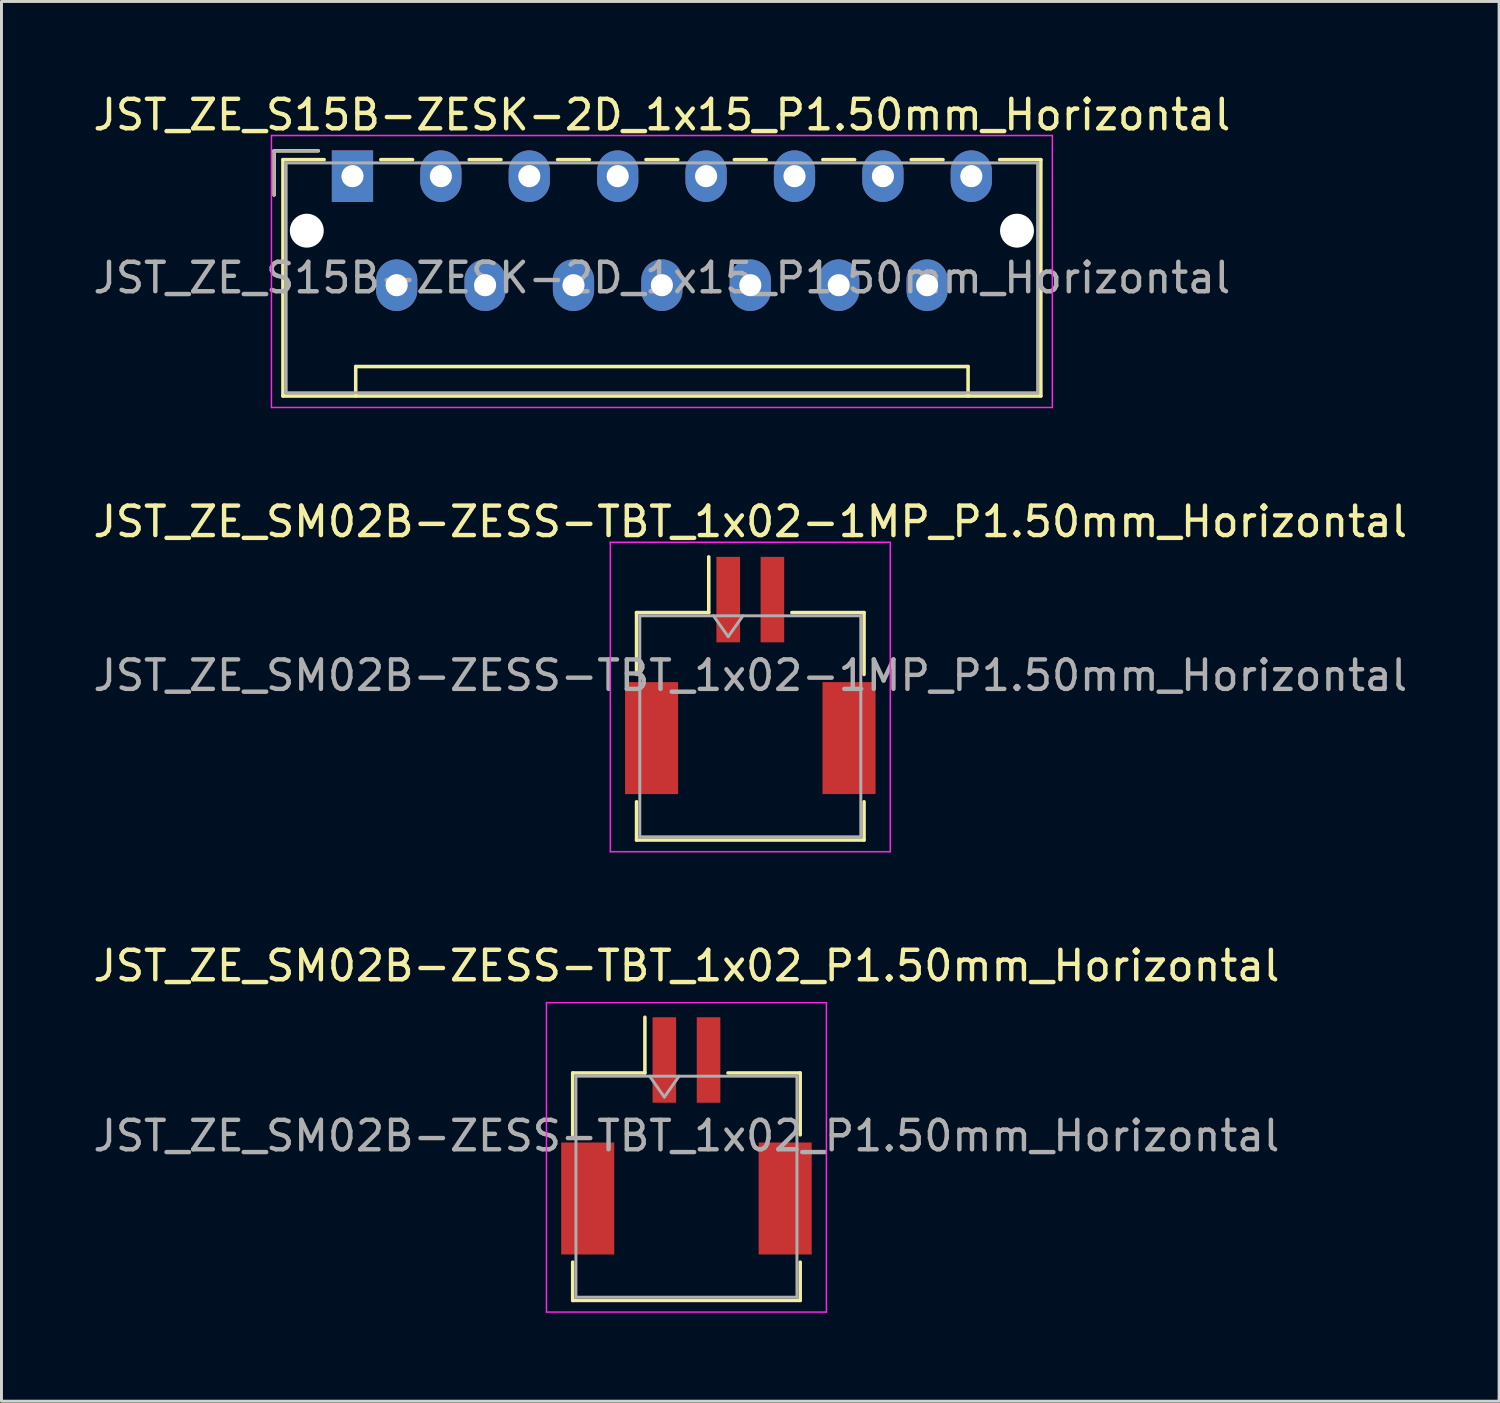
<source format=kicad_pcb>
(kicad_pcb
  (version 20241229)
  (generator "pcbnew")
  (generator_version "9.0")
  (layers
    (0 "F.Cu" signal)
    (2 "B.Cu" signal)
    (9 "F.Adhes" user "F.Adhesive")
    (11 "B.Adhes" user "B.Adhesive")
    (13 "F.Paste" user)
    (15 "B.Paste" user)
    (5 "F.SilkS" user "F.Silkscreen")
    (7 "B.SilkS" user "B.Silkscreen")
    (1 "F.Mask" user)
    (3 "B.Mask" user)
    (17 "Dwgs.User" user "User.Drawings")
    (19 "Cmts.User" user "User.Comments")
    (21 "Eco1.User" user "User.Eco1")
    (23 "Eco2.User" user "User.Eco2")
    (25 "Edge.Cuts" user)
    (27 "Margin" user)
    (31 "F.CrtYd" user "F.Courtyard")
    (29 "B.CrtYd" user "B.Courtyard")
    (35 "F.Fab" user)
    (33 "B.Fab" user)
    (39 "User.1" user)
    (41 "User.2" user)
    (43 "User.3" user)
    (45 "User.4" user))
  (footprint "JST_ZE_SM02B-ZESS-TBT_1x02-1MP_P1.50mm_Horizontal"
    (layer "F.Cu")
    (at 22.411 19.872)
    (property "Reference" "JST_ZE_SM02B-ZESS-TBT_1x02-1MP_P1.50mm_Horizontal" (at 0 -5.22 0) (layer "F.SilkS") (effects (font (size 1 1) (thickness 0.15))))
    (attr smd)
    (fp_line (start -3.86 -2.135) (end -1.41 -2.135) (stroke (width 0.12) (type solid)) (layer "F.SilkS"))
    (fp_line (start -3.86 -0.035) (end -3.86 -2.135) (stroke (width 0.12) (type solid)) (layer "F.SilkS"))
    (fp_line (start -3.86 4.285) (end -3.86 5.585) (stroke (width 0.12) (type solid)) (layer "F.SilkS"))
    (fp_line (start -3.86 5.585) (end 3.86 5.585) (stroke (width 0.12) (type solid)) (layer "F.SilkS"))
    (fp_line (start -1.41 -2.135) (end -1.41 -4.025) (stroke (width 0.12) (type solid)) (layer "F.SilkS"))
    (fp_line (start 3.86 -2.135) (end 1.41 -2.135) (stroke (width 0.12) (type solid)) (layer "F.SilkS"))
    (fp_line (start 3.86 -0.035) (end 3.86 -2.135) (stroke (width 0.12) (type solid)) (layer "F.SilkS"))
    (fp_line (start 3.86 5.585) (end 3.86 4.285) (stroke (width 0.12) (type solid)) (layer "F.SilkS"))
    (fp_line (start -4.75 -4.52) (end -4.75 5.98) (stroke (width 0.05) (type solid)) (layer "F.CrtYd"))
    (fp_line (start -4.75 5.98) (end 4.75 5.98) (stroke (width 0.05) (type solid)) (layer "F.CrtYd"))
    (fp_line (start 4.75 -4.52) (end -4.75 -4.52) (stroke (width 0.05) (type solid)) (layer "F.CrtYd"))
    (fp_line (start 4.75 5.98) (end 4.75 -4.52) (stroke (width 0.05) (type solid)) (layer "F.CrtYd"))
    (fp_line (start -3.75 -2.025) (end -3.75 5.475) (stroke (width 0.1) (type solid)) (layer "F.Fab"))
    (fp_line (start -3.75 -2.025) (end 3.75 -2.025) (stroke (width 0.1) (type solid)) (layer "F.Fab"))
    (fp_line (start -3.75 5.475) (end 3.75 5.475) (stroke (width 0.1) (type solid)) (layer "F.Fab"))
    (fp_line (start -1.25 -2.025) (end -0.75 -1.318) (stroke (width 0.1) (type solid)) (layer "F.Fab"))
    (fp_line (start -0.75 -1.318) (end -0.25 -2.025) (stroke (width 0.1) (type solid)) (layer "F.Fab"))
    (fp_line (start 3.75 -2.025) (end 3.75 5.475) (stroke (width 0.1) (type solid)) (layer "F.Fab"))
    (fp_text user "${REFERENCE}" (at 0 0 0) (layer "F.Fab") (effects (font (size 1 1) (thickness 0.15))))
    (pad "1" smd rect (at -0.75 -2.575) (size 0.8 2.9) (layers "F.Cu" "F.Mask" "F.Paste"))
    (pad "2" smd rect (at 0.75 -2.575) (size 0.8 2.9) (layers "F.Cu" "F.Mask" "F.Paste"))
    (pad "MP" smd rect (at -3.35 2.125) (size 1.8 3.8) (layers "F.Cu" "F.Mask" "F.Paste"))
    (pad "MP" smd rect (at 3.35 2.125) (size 1.8 3.8) (layers "F.Cu" "F.Mask" "F.Paste")))
  (footprint "JST_ZE_SM02B-ZESS-TBT_1x02_P1.50mm_Horizontal"
    (layer "F.Cu")
    (at 20.244 35.495)
    (property "Reference" "JST_ZE_SM02B-ZESS-TBT_1x02_P1.50mm_Horizontal" (at 0 -5.77 0) (layer "F.SilkS") (effects (font (size 1 1) (thickness 0.15))))
    (attr smd)
    (fp_line (start -3.86 -2.135) (end -1.41 -2.135) (stroke (width 0.12) (type solid)) (layer "F.SilkS"))
    (fp_line (start -3.86 -0.035) (end -3.86 -2.135) (stroke (width 0.12) (type solid)) (layer "F.SilkS"))
    (fp_line (start -3.86 4.285) (end -3.86 5.585) (stroke (width 0.12) (type solid)) (layer "F.SilkS"))
    (fp_line (start -3.86 5.585) (end 3.86 5.585) (stroke (width 0.12) (type solid)) (layer "F.SilkS"))
    (fp_line (start -1.41 -2.135) (end -1.41 -4.025) (stroke (width 0.12) (type solid)) (layer "F.SilkS"))
    (fp_line (start 3.86 -2.135) (end 1.41 -2.135) (stroke (width 0.12) (type solid)) (layer "F.SilkS"))
    (fp_line (start 3.86 -0.035) (end 3.86 -2.135) (stroke (width 0.12) (type solid)) (layer "F.SilkS"))
    (fp_line (start 3.86 5.585) (end 3.86 4.285) (stroke (width 0.12) (type solid)) (layer "F.SilkS"))
    (fp_line (start -4.75 -4.52) (end -4.75 5.98) (stroke (width 0.05) (type solid)) (layer "F.CrtYd"))
    (fp_line (start -4.75 5.98) (end 4.75 5.98) (stroke (width 0.05) (type solid)) (layer "F.CrtYd"))
    (fp_line (start 4.75 -4.52) (end -4.75 -4.52) (stroke (width 0.05) (type solid)) (layer "F.CrtYd"))
    (fp_line (start 4.75 5.98) (end 4.75 -4.52) (stroke (width 0.05) (type solid)) (layer "F.CrtYd"))
    (fp_line (start -3.75 -2.025) (end -3.75 5.475) (stroke (width 0.1) (type solid)) (layer "F.Fab"))
    (fp_line (start -3.75 -2.025) (end 3.75 -2.025) (stroke (width 0.1) (type solid)) (layer "F.Fab"))
    (fp_line (start -3.75 5.475) (end 3.75 5.475) (stroke (width 0.1) (type solid)) (layer "F.Fab"))
    (fp_line (start -1.25 -2.025) (end -0.75 -1.318) (stroke (width 0.1) (type solid)) (layer "F.Fab"))
    (fp_line (start -0.75 -1.318) (end -0.25 -2.025) (stroke (width 0.1) (type solid)) (layer "F.Fab"))
    (fp_line (start 3.75 -2.025) (end 3.75 5.475) (stroke (width 0.1) (type solid)) (layer "F.Fab"))
    (fp_text user "${REFERENCE}" (at 0 0 0) (layer "F.Fab") (effects (font (size 1 1) (thickness 0.15))))
    (pad "" smd rect (at -3.35 2.125) (size 1.8 3.8) (layers "F.Cu" "F.Mask" "F.Paste"))
    (pad "" smd rect (at 3.35 2.125) (size 1.8 3.8) (layers "F.Cu" "F.Mask" "F.Paste"))
    (pad "1" smd rect (at -0.75 -2.575) (size 0.8 2.9) (layers "F.Cu" "F.Mask" "F.Paste"))
    (pad "2" smd rect (at 0.75 -2.575) (size 0.8 2.9) (layers "F.Cu" "F.Mask" "F.Paste")))
  (footprint "JST_ZE_S15B-ZESK-2D_1x15_P1.50mm_Horizontal"
    (layer "F.Cu")
    (at 8.911 2.928)
    (property "Reference" "JST_ZE_S15B-ZESK-2D_1x15_P1.50mm_Horizontal" (at 10.5 -2.08 0) (layer "F.SilkS") (effects (font (size 1 1) (thickness 0.15))))
    (attr through_hole)
    (fp_line (start -2.66 -0.86) (end -1.16 -0.86) (stroke (width 0.12) (type solid)) (layer "F.SilkS"))
    (fp_line (start -2.66 0.64) (end -2.66 -0.86) (stroke (width 0.12) (type solid)) (layer "F.SilkS"))
    (fp_line (start -2.36 -0.56) (end -2.36 7.46) (stroke (width 0.12) (type solid)) (layer "F.SilkS"))
    (fp_line (start -2.36 7.46) (end 23.36 7.46) (stroke (width 0.12) (type solid)) (layer "F.SilkS"))
    (fp_line (start -0.96 -0.56) (end -2.36 -0.56) (stroke (width 0.12) (type solid)) (layer "F.SilkS"))
    (fp_line (start 0.11 6.46) (end 20.89 6.46) (stroke (width 0.12) (type solid)) (layer "F.SilkS"))
    (fp_line (start 0.11 7.46) (end 0.11 6.46) (stroke (width 0.12) (type solid)) (layer "F.SilkS"))
    (fp_line (start 0.96 -0.56) (end 2.04 -0.56) (stroke (width 0.12) (type solid)) (layer "F.SilkS"))
    (fp_line (start 3.96 -0.56) (end 5.04 -0.56) (stroke (width 0.12) (type solid)) (layer "F.SilkS"))
    (fp_line (start 6.96 -0.56) (end 8.04 -0.56) (stroke (width 0.12) (type solid)) (layer "F.SilkS"))
    (fp_line (start 9.96 -0.56) (end 11.04 -0.56) (stroke (width 0.12) (type solid)) (layer "F.SilkS"))
    (fp_line (start 12.96 -0.56) (end 14.04 -0.56) (stroke (width 0.12) (type solid)) (layer "F.SilkS"))
    (fp_line (start 15.96 -0.56) (end 17.04 -0.56) (stroke (width 0.12) (type solid)) (layer "F.SilkS"))
    (fp_line (start 18.96 -0.56) (end 20.04 -0.56) (stroke (width 0.12) (type solid)) (layer "F.SilkS"))
    (fp_line (start 20.89 6.46) (end 20.89 7.46) (stroke (width 0.12) (type solid)) (layer "F.SilkS"))
    (fp_line (start 23.36 -0.56) (end 21.96 -0.56) (stroke (width 0.12) (type solid)) (layer "F.SilkS"))
    (fp_line (start 23.36 7.46) (end 23.36 -0.56) (stroke (width 0.12) (type solid)) (layer "F.SilkS"))
    (fp_line (start -2.75 -1.38) (end -2.75 7.85) (stroke (width 0.05) (type solid)) (layer "F.CrtYd"))
    (fp_line (start -2.75 7.85) (end 23.75 7.85) (stroke (width 0.05) (type solid)) (layer "F.CrtYd"))
    (fp_line (start 23.75 -1.38) (end -2.75 -1.38) (stroke (width 0.05) (type solid)) (layer "F.CrtYd"))
    (fp_line (start 23.75 7.85) (end 23.75 -1.38) (stroke (width 0.05) (type solid)) (layer "F.CrtYd"))
    (fp_line (start -2.66 -0.86) (end -1.16 -0.86) (stroke (width 0.1) (type solid)) (layer "F.Fab"))
    (fp_line (start -2.66 0.64) (end -2.66 -0.86) (stroke (width 0.1) (type solid)) (layer "F.Fab"))
    (fp_line (start -2.25 -0.45) (end -2.25 7.35) (stroke (width 0.1) (type solid)) (layer "F.Fab"))
    (fp_line (start -2.25 7.35) (end 23.25 7.35) (stroke (width 0.1) (type solid)) (layer "F.Fab"))
    (fp_line (start 23.25 -0.45) (end -2.25 -0.45) (stroke (width 0.1) (type solid)) (layer "F.Fab"))
    (fp_line (start 23.25 7.35) (end 23.25 -0.45) (stroke (width 0.1) (type solid)) (layer "F.Fab"))
    (fp_text user "${REFERENCE}" (at 10.5 3.45 0) (layer "F.Fab") (effects (font (size 1 1) (thickness 0.15))))
    (pad "" np_thru_hole circle (at -1.55 1.85) (size 1.15 1.15) (drill 1.15) (layers "*.Cu" "*.Mask"))
    (pad "" np_thru_hole circle (at 22.55 1.85) (size 1.15 1.15) (drill 1.15) (layers "*.Cu" "*.Mask"))
    (pad "1" thru_hole rect (at 0 0) (size 1.4 1.75) (drill 0.75) (layers "*.Cu" "*.Mask"))
    (pad "2" thru_hole oval (at 1.5 3.7) (size 1.4 1.75) (drill 0.75) (layers "*.Cu" "*.Mask"))
    (pad "3" thru_hole oval (at 3 0) (size 1.4 1.75) (drill 0.75) (layers "*.Cu" "*.Mask"))
    (pad "4" thru_hole oval (at 4.5 3.7) (size 1.4 1.75) (drill 0.75) (layers "*.Cu" "*.Mask"))
    (pad "5" thru_hole oval (at 6 0) (size 1.4 1.75) (drill 0.75) (layers "*.Cu" "*.Mask"))
    (pad "6" thru_hole oval (at 7.5 3.7) (size 1.4 1.75) (drill 0.75) (layers "*.Cu" "*.Mask"))
    (pad "7" thru_hole oval (at 9 0) (size 1.4 1.75) (drill 0.75) (layers "*.Cu" "*.Mask"))
    (pad "8" thru_hole oval (at 10.5 3.7) (size 1.4 1.75) (drill 0.75) (layers "*.Cu" "*.Mask"))
    (pad "9" thru_hole oval (at 12 0) (size 1.4 1.75) (drill 0.75) (layers "*.Cu" "*.Mask"))
    (pad "10" thru_hole oval (at 13.5 3.7) (size 1.4 1.75) (drill 0.75) (layers "*.Cu" "*.Mask"))
    (pad "11" thru_hole oval (at 15 0) (size 1.4 1.75) (drill 0.75) (layers "*.Cu" "*.Mask"))
    (pad "12" thru_hole oval (at 16.5 3.7) (size 1.4 1.75) (drill 0.75) (layers "*.Cu" "*.Mask"))
    (pad "13" thru_hole oval (at 18 0) (size 1.4 1.75) (drill 0.75) (layers "*.Cu" "*.Mask"))
    (pad "14" thru_hole oval (at 19.5 3.7) (size 1.4 1.75) (drill 0.75) (layers "*.Cu" "*.Mask"))
    (pad "15" thru_hole oval (at 21 0) (size 1.4 1.75) (drill 0.75) (layers "*.Cu" "*.Mask")))
  (gr_rect
    (start -3 -3)
    (end 47.821 44.5)
    (stroke (width 0.1) (type default))
    (fill no)
    (layer "Edge.Cuts")))
</source>
